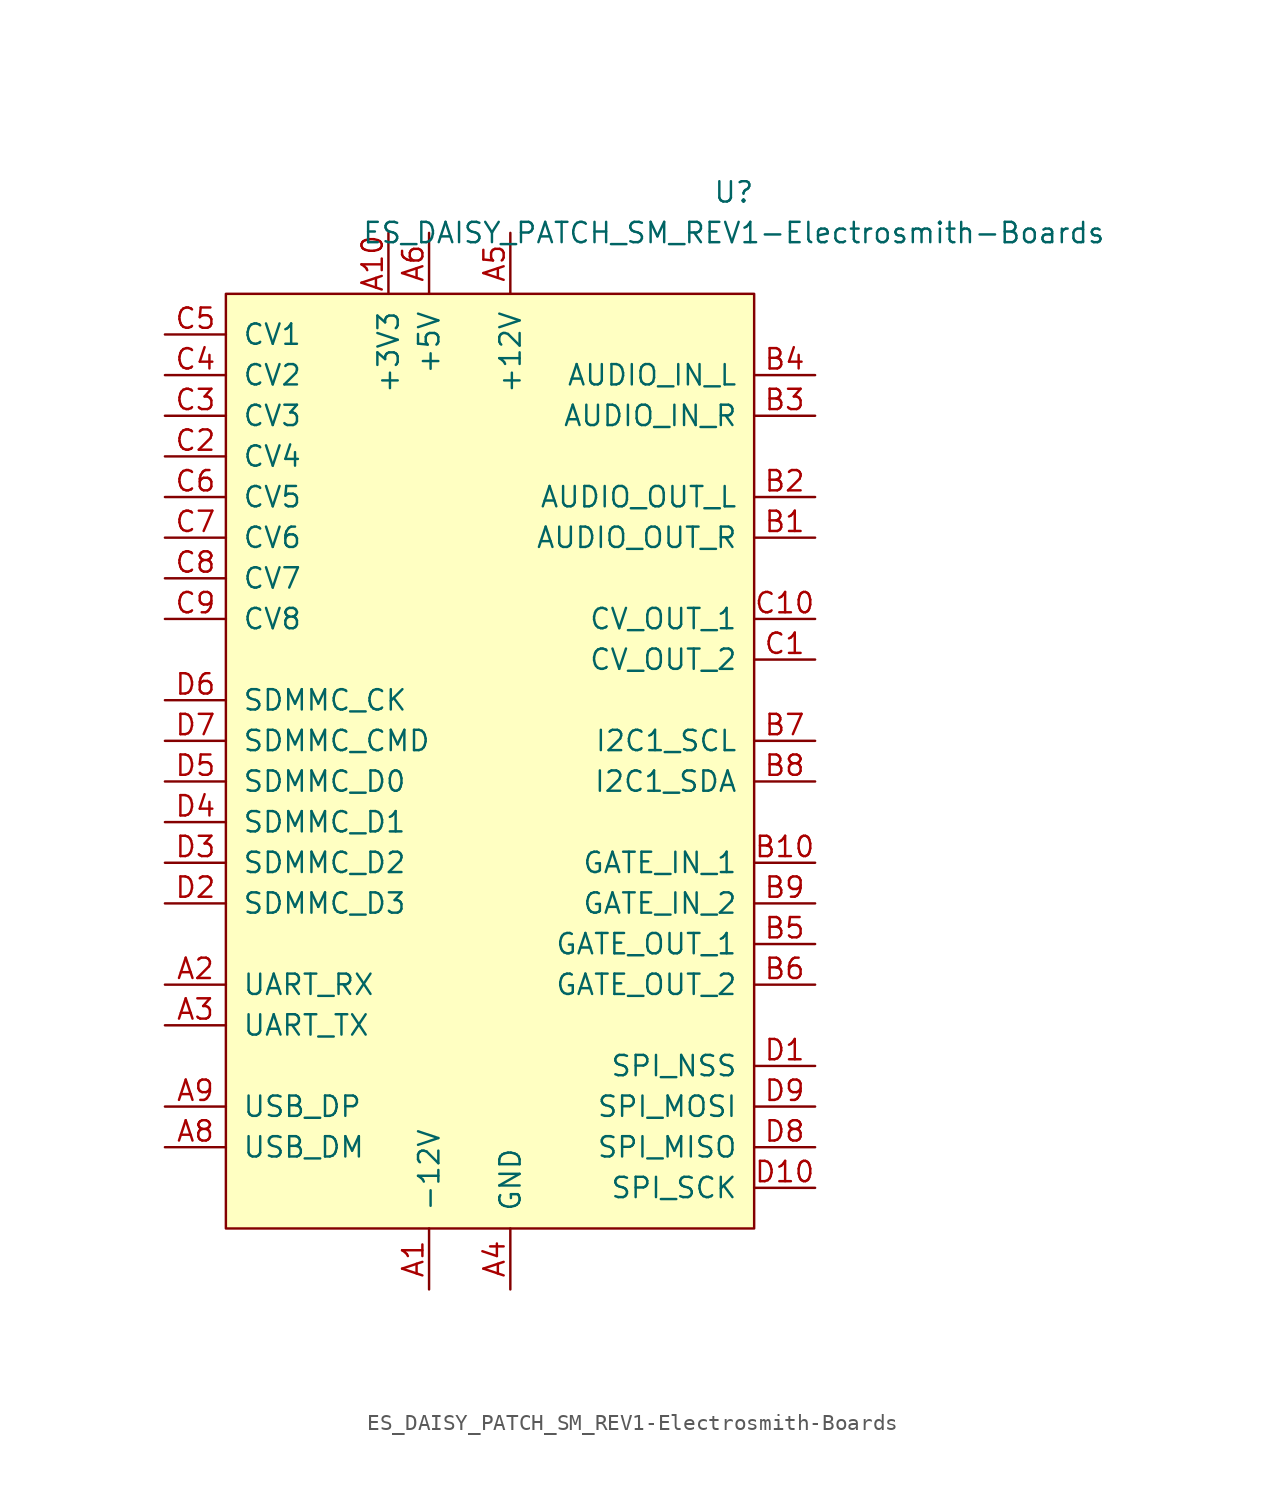
<source format=kicad_sym>
(kicad_symbol_lib
  (version 20211014)
  (generator kicad_symbol_editor)
  (symbol "ES_DAISY_PATCH_SM_REV1-Electrosmith-Boards"
    (pin_names
      (offset 1.016))
    (property "Reference" "U"
      (at 15.24 35.56 0)
      (effects (font (size 1.27 1.27))))
    (property "Value" "ES_DAISY_PATCH_SM_REV1-Electrosmith-Boards"
      (at 15.24 33.02 0)
      (effects (font (size 1.27 1.27))))
    (symbol "ES_DAISY_PATCH_SM_REV1-Electrosmith-Boards_0_1"
      (rectangle (start -16.51 29.21) (end 16.51 -29.21) (stroke (width 0) (type default) (color 0 0 0 0)) (fill (type background))))
    (symbol "ES_DAISY_PATCH_SM_REV1-Electrosmith-Boards_1_1"
      (pin power_in line (at -3.81 -33.02 90) (length 3.81) (name "-12V" (effects (font (size 1.27 1.27)))) (number "A1" (effects (font (size 1.27 1.27)))))
      (pin power_in line (at -6.35 33.02 270) (length 3.81) (name "+3V3" (effects (font (size 1.27 1.27)))) (number "A10" (effects (font (size 1.27 1.27)))))
      (pin input line (at -20.32 -13.97 0) (length 3.81) (name "UART_RX" (effects (font (size 1.27 1.27)))) (number "A2" (effects (font (size 1.27 1.27)))))
      (pin output line (at -20.32 -16.51 0) (length 3.81) (name "UART_TX" (effects (font (size 1.27 1.27)))) (number "A3" (effects (font (size 1.27 1.27)))))
      (pin power_out line (at 1.27 -33.02 90) (length 3.81) (name "GND" (effects (font (size 1.27 1.27)))) (number "A4" (effects (font (size 1.27 1.27)))))
      (pin power_in line (at 1.27 33.02 270) (length 3.81) (name "+12V" (effects (font (size 1.27 1.27)))) (number "A5" (effects (font (size 1.27 1.27)))))
      (pin power_in line (at -3.81 33.02 270) (length 3.81) (name "+5V" (effects (font (size 1.27 1.27)))) (number "A6" (effects (font (size 1.27 1.27)))))
      (pin bidirectional line (at -20.32 -24.13 0) (length 3.81) (name "USB_DM" (effects (font (size 1.27 1.27)))) (number "A8" (effects (font (size 1.27 1.27)))))
      (pin bidirectional line (at -20.32 -21.59 0) (length 3.81) (name "USB_DP" (effects (font (size 1.27 1.27)))) (number "A9" (effects (font (size 1.27 1.27)))))
      (pin output line (at 20.32 13.97 180) (length 3.81) (name "AUDIO_OUT_R" (effects (font (size 1.27 1.27)))) (number "B1" (effects (font (size 1.27 1.27)))))
      (pin input line (at 20.32 -6.35 180) (length 3.81) (name "GATE_IN_1" (effects (font (size 1.27 1.27)))) (number "B10" (effects (font (size 1.27 1.27)))))
      (pin output line (at 20.32 16.51 180) (length 3.81) (name "AUDIO_OUT_L" (effects (font (size 1.27 1.27)))) (number "B2" (effects (font (size 1.27 1.27)))))
      (pin input line (at 20.32 21.59 180) (length 3.81) (name "AUDIO_IN_R" (effects (font (size 1.27 1.27)))) (number "B3" (effects (font (size 1.27 1.27)))))
      (pin input line (at 20.32 24.13 180) (length 3.81) (name "AUDIO_IN_L" (effects (font (size 1.27 1.27)))) (number "B4" (effects (font (size 1.27 1.27)))))
      (pin output line (at 20.32 -11.43 180) (length 3.81) (name "GATE_OUT_1" (effects (font (size 1.27 1.27)))) (number "B5" (effects (font (size 1.27 1.27)))))
      (pin output line (at 20.32 -13.97 180) (length 3.81) (name "GATE_OUT_2" (effects (font (size 1.27 1.27)))) (number "B6" (effects (font (size 1.27 1.27)))))
      (pin open_collector line (at 20.32 1.27 180) (length 3.81) (name "I2C1_SCL" (effects (font (size 1.27 1.27)))) (number "B7" (effects (font (size 1.27 1.27)))))
      (pin open_collector line (at 20.32 -1.27 180) (length 3.81) (name "I2C1_SDA" (effects (font (size 1.27 1.27)))) (number "B8" (effects (font (size 1.27 1.27)))))
      (pin input line (at 20.32 -8.89 180) (length 3.81) (name "GATE_IN_2" (effects (font (size 1.27 1.27)))) (number "B9" (effects (font (size 1.27 1.27)))))
      (pin output line (at 20.32 6.35 180) (length 3.81) (name "CV_OUT_2" (effects (font (size 1.27 1.27)))) (number "C1" (effects (font (size 1.27 1.27)))))
      (pin output line (at 20.32 8.89 180) (length 3.81) (name "CV_OUT_1" (effects (font (size 1.27 1.27)))) (number "C10" (effects (font (size 1.27 1.27)))))
      (pin input line (at -20.32 19.05 0) (length 3.81) (name "CV4" (effects (font (size 1.27 1.27)))) (number "C2" (effects (font (size 1.27 1.27)))))
      (pin input line (at -20.32 21.59 0) (length 3.81) (name "CV3" (effects (font (size 1.27 1.27)))) (number "C3" (effects (font (size 1.27 1.27)))))
      (pin input line (at -20.32 24.13 0) (length 3.81) (name "CV2" (effects (font (size 1.27 1.27)))) (number "C4" (effects (font (size 1.27 1.27)))))
      (pin input line (at -20.32 26.67 0) (length 3.81) (name "CV1" (effects (font (size 1.27 1.27)))) (number "C5" (effects (font (size 1.27 1.27)))))
      (pin input line (at -20.32 16.51 0) (length 3.81) (name "CV5" (effects (font (size 1.27 1.27)))) (number "C6" (effects (font (size 1.27 1.27)))))
      (pin input line (at -20.32 13.97 0) (length 3.81) (name "CV6" (effects (font (size 1.27 1.27)))) (number "C7" (effects (font (size 1.27 1.27)))))
      (pin input line (at -20.32 11.43 0) (length 3.81) (name "CV7" (effects (font (size 1.27 1.27)))) (number "C8" (effects (font (size 1.27 1.27)))))
      (pin input line (at -20.32 8.89 0) (length 3.81) (name "CV8" (effects (font (size 1.27 1.27)))) (number "C9" (effects (font (size 1.27 1.27)))))
      (pin output line (at 20.32 -19.05 180) (length 3.81) (name "SPI_NSS" (effects (font (size 1.27 1.27)))) (number "D1" (effects (font (size 1.27 1.27)))))
      (pin output line (at 20.32 -26.67 180) (length 3.81) (name "SPI_SCK" (effects (font (size 1.27 1.27)))) (number "D10" (effects (font (size 1.27 1.27)))))
      (pin bidirectional line (at -20.32 -8.89 0) (length 3.81) (name "SDMMC_D3" (effects (font (size 1.27 1.27)))) (number "D2" (effects (font (size 1.27 1.27)))))
      (pin bidirectional line (at -20.32 -6.35 0) (length 3.81) (name "SDMMC_D2" (effects (font (size 1.27 1.27)))) (number "D3" (effects (font (size 1.27 1.27)))))
      (pin bidirectional line (at -20.32 -3.81 0) (length 3.81) (name "SDMMC_D1" (effects (font (size 1.27 1.27)))) (number "D4" (effects (font (size 1.27 1.27)))))
      (pin bidirectional line (at -20.32 -1.27 0) (length 3.81) (name "SDMMC_D0" (effects (font (size 1.27 1.27)))) (number "D5" (effects (font (size 1.27 1.27)))))
      (pin output line (at -20.32 3.81 0) (length 3.81) (name "SDMMC_CK" (effects (font (size 1.27 1.27)))) (number "D6" (effects (font (size 1.27 1.27)))))
      (pin output line (at -20.32 1.27 0) (length 3.81) (name "SDMMC_CMD" (effects (font (size 1.27 1.27)))) (number "D7" (effects (font (size 1.27 1.27)))))
      (pin input line (at 20.32 -24.13 180) (length 3.81) (name "SPI_MISO" (effects (font (size 1.27 1.27)))) (number "D8" (effects (font (size 1.27 1.27)))))
      (pin output line (at 20.32 -21.59 180) (length 3.81) (name "SPI_MOSI" (effects (font (size 1.27 1.27)))) (number "D9" (effects (font (size 1.27 1.27))))))))
</source>
